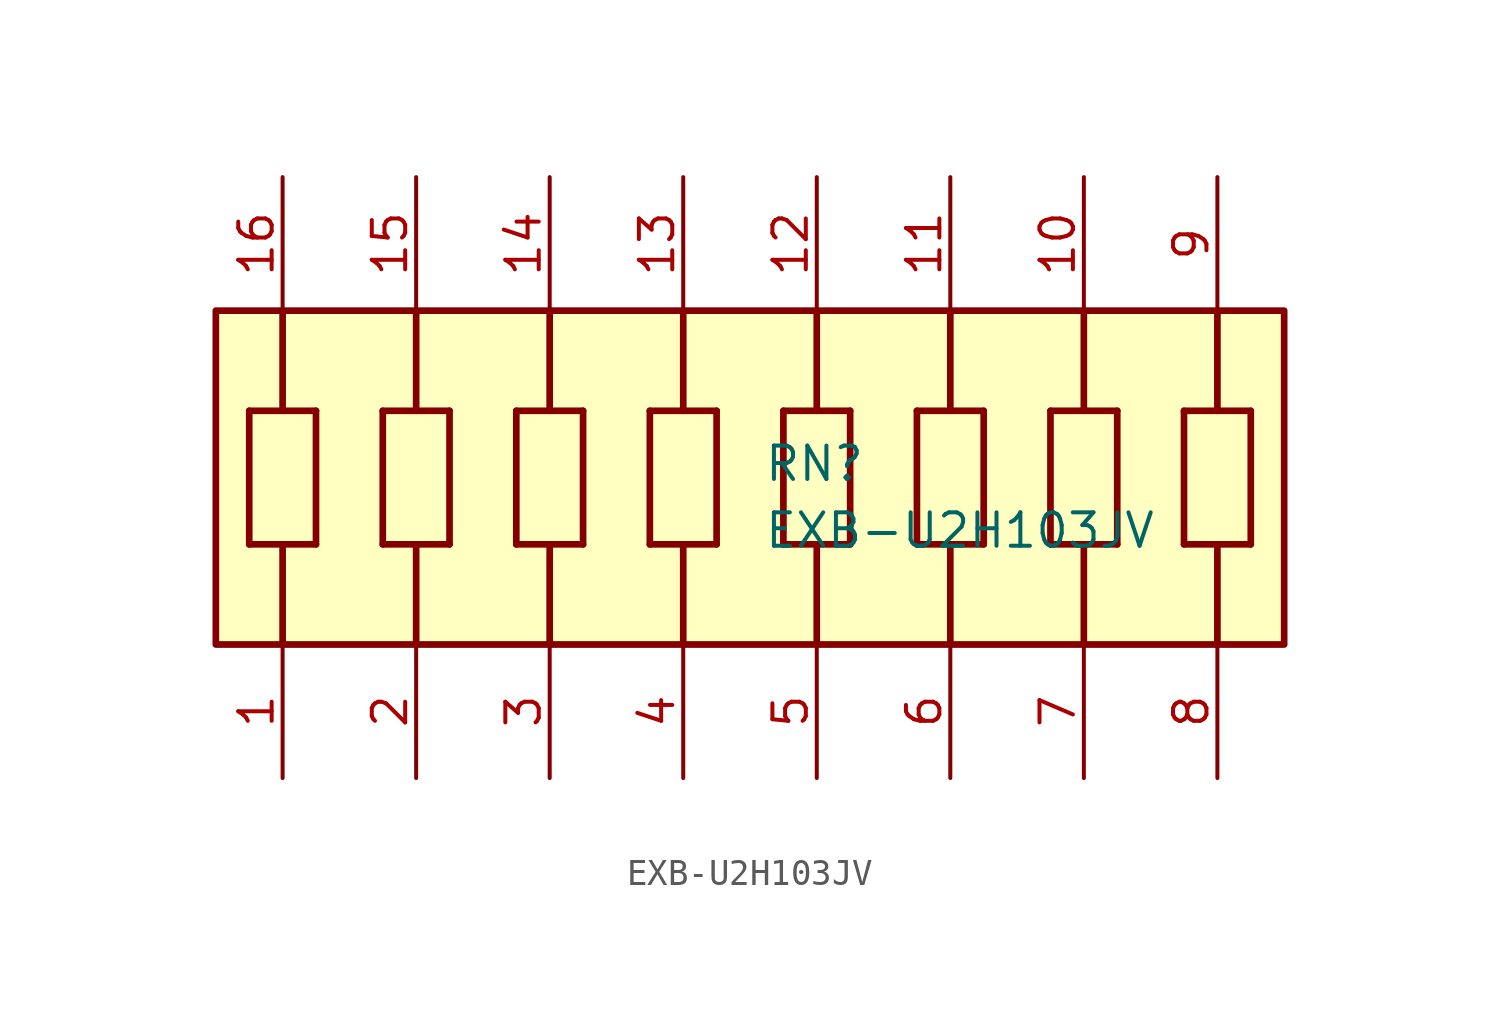
<source format=kicad_sym>
(kicad_symbol_lib
  (version 20211014)
  (generator SamacSys_ECAD_Model)
  (symbol "EXB-U2H103JV"
    (pin_names hide)
    (property "Reference" "RN"
      (at 25.908 -2.54 0)
      (effects (font (size 1.27 1.27)) (justify left top)))
    (property "Value" "EXB-U2H103JV"
      (at 25.908 -5.08 0)
      (effects (font (size 1.27 1.27)) (justify left top)))
    (rectangle
      (start 5.08 2.54)
      (end 45.72 -10.16)
      (stroke (width 0.254) (type default))
      (fill (type background)))
    (polyline
      (pts (xy 6.35 -1.27) (xy 6.35 -6.35))
      (stroke (width 0.254) (type default))
      (fill (type none)))
    (polyline
      (pts (xy 8.89 -6.35) (xy 6.35 -6.35))
      (stroke (width 0.254) (type default))
      (fill (type none)))
    (polyline
      (pts (xy 8.89 -6.35) (xy 8.89 -1.27))
      (stroke (width 0.254) (type default))
      (fill (type none)))
    (polyline
      (pts (xy 6.35 -1.27) (xy 8.89 -1.27))
      (stroke (width 0.254) (type default))
      (fill (type none)))
    (polyline
      (pts (xy 11.43 -1.27) (xy 11.43 -6.35))
      (stroke (width 0.254) (type default))
      (fill (type none)))
    (polyline
      (pts (xy 13.97 -6.35) (xy 11.43 -6.35))
      (stroke (width 0.254) (type default))
      (fill (type none)))
    (polyline
      (pts (xy 13.97 -6.35) (xy 13.97 -1.27))
      (stroke (width 0.254) (type default))
      (fill (type none)))
    (polyline
      (pts (xy 11.43 -1.27) (xy 13.97 -1.27))
      (stroke (width 0.254) (type default))
      (fill (type none)))
    (polyline
      (pts (xy 7.62 -1.27) (xy 7.62 2.54))
      (stroke (width 0.254) (type default))
      (fill (type none)))
    (polyline
      (pts (xy 7.62 -6.35) (xy 7.62 -10.16))
      (stroke (width 0.254) (type default))
      (fill (type none)))
    (polyline
      (pts (xy 12.7 -6.35) (xy 12.7 -10.16))
      (stroke (width 0.254) (type default))
      (fill (type none)))
    (polyline
      (pts (xy 12.7 -1.27) (xy 12.7 2.54))
      (stroke (width 0.254) (type default))
      (fill (type none)))
    (polyline
      (pts (xy 17.78 -1.27) (xy 17.78 2.54))
      (stroke (width 0.254) (type default))
      (fill (type none)))
    (polyline
      (pts (xy 16.51 -1.27) (xy 16.51 -6.35))
      (stroke (width 0.254) (type default))
      (fill (type none)))
    (polyline
      (pts (xy 19.05 -6.35) (xy 16.51 -6.35))
      (stroke (width 0.254) (type default))
      (fill (type none)))
    (polyline
      (pts (xy 19.05 -6.35) (xy 19.05 -1.27))
      (stroke (width 0.254) (type default))
      (fill (type none)))
    (polyline
      (pts (xy 16.51 -1.27) (xy 19.05 -1.27))
      (stroke (width 0.254) (type default))
      (fill (type none)))
    (polyline
      (pts (xy 17.78 -6.35) (xy 17.78 -10.16))
      (stroke (width 0.254) (type default))
      (fill (type none)))
    (polyline
      (pts (xy 22.86 -1.27) (xy 22.86 2.54))
      (stroke (width 0.254) (type default))
      (fill (type none)))
    (polyline
      (pts (xy 21.59 -1.27) (xy 21.59 -6.35))
      (stroke (width 0.254) (type default))
      (fill (type none)))
    (polyline
      (pts (xy 24.13 -6.35) (xy 21.59 -6.35))
      (stroke (width 0.254) (type default))
      (fill (type none)))
    (polyline
      (pts (xy 24.13 -6.35) (xy 24.13 -1.27))
      (stroke (width 0.254) (type default))
      (fill (type none)))
    (polyline
      (pts (xy 21.59 -1.27) (xy 24.13 -1.27))
      (stroke (width 0.254) (type default))
      (fill (type none)))
    (polyline
      (pts (xy 22.86 -6.35) (xy 22.86 -10.16))
      (stroke (width 0.254) (type default))
      (fill (type none)))
    (polyline
      (pts (xy 43.18 -6.35) (xy 43.18 -10.16))
      (stroke (width 0.254) (type default))
      (fill (type none)))
    (polyline
      (pts (xy 41.91 -1.27) (xy 41.91 -6.35))
      (stroke (width 0.254) (type default))
      (fill (type none)))
    (polyline
      (pts (xy 44.45 -6.35) (xy 41.91 -6.35))
      (stroke (width 0.254) (type default))
      (fill (type none)))
    (polyline
      (pts (xy 44.45 -6.35) (xy 44.45 -1.27))
      (stroke (width 0.254) (type default))
      (fill (type none)))
    (polyline
      (pts (xy 41.91 -1.27) (xy 44.45 -1.27))
      (stroke (width 0.254) (type default))
      (fill (type none)))
    (polyline
      (pts (xy 43.18 -1.27) (xy 43.18 2.54))
      (stroke (width 0.254) (type default))
      (fill (type none)))
    (polyline
      (pts (xy 38.1 -6.35) (xy 38.1 -10.16))
      (stroke (width 0.254) (type default))
      (fill (type none)))
    (polyline
      (pts (xy 36.83 -1.27) (xy 36.83 -6.35))
      (stroke (width 0.254) (type default))
      (fill (type none)))
    (polyline
      (pts (xy 39.37 -6.35) (xy 36.83 -6.35))
      (stroke (width 0.254) (type default))
      (fill (type none)))
    (polyline
      (pts (xy 39.37 -6.35) (xy 39.37 -1.27))
      (stroke (width 0.254) (type default))
      (fill (type none)))
    (polyline
      (pts (xy 36.83 -1.27) (xy 39.37 -1.27))
      (stroke (width 0.254) (type default))
      (fill (type none)))
    (polyline
      (pts (xy 38.1 -1.27) (xy 38.1 2.54))
      (stroke (width 0.254) (type default))
      (fill (type none)))
    (polyline
      (pts (xy 33.02 -1.27) (xy 33.02 2.54))
      (stroke (width 0.254) (type default))
      (fill (type none)))
    (polyline
      (pts (xy 33.02 -6.35) (xy 33.02 -10.16))
      (stroke (width 0.254) (type default))
      (fill (type none)))
    (polyline
      (pts (xy 27.94 -6.35) (xy 27.94 -10.16))
      (stroke (width 0.254) (type default))
      (fill (type none)))
    (polyline
      (pts (xy 27.94 -1.27) (xy 27.94 2.54))
      (stroke (width 0.254) (type default))
      (fill (type none)))
    (polyline
      (pts (xy 31.75 -1.27) (xy 31.75 -6.35))
      (stroke (width 0.254) (type default))
      (fill (type none)))
    (polyline
      (pts (xy 34.29 -6.35) (xy 31.75 -6.35))
      (stroke (width 0.254) (type default))
      (fill (type none)))
    (polyline
      (pts (xy 34.29 -6.35) (xy 34.29 -1.27))
      (stroke (width 0.254) (type default))
      (fill (type none)))
    (polyline
      (pts (xy 31.75 -1.27) (xy 34.29 -1.27))
      (stroke (width 0.254) (type default))
      (fill (type none)))
    (polyline
      (pts (xy 26.67 -1.27) (xy 26.67 -6.35))
      (stroke (width 0.254) (type default))
      (fill (type none)))
    (polyline
      (pts (xy 29.21 -6.35) (xy 26.67 -6.35))
      (stroke (width 0.254) (type default))
      (fill (type none)))
    (polyline
      (pts (xy 29.21 -6.35) (xy 29.21 -1.27))
      (stroke (width 0.254) (type default))
      (fill (type none)))
    (polyline
      (pts (xy 26.67 -1.27) (xy 29.21 -1.27))
      (stroke (width 0.254) (type default))
      (fill (type none)))
    (pin passive line
      (at 7.62 -15.24 90)
      (length 5.08)
      (name "1" (effects (font (size 1.27 1.27))))
      (number "1" (effects (font (size 1.27 1.27)))))
    (pin passive line
      (at 12.7 -15.24 90)
      (length 5.08)
      (name "2" (effects (font (size 1.27 1.27))))
      (number "2" (effects (font (size 1.27 1.27)))))
    (pin passive line
      (at 17.78 -15.24 90)
      (length 5.08)
      (name "3" (effects (font (size 1.27 1.27))))
      (number "3" (effects (font (size 1.27 1.27)))))
    (pin passive line
      (at 22.86 -15.24 90)
      (length 5.08)
      (name "4" (effects (font (size 1.27 1.27))))
      (number "4" (effects (font (size 1.27 1.27)))))
    (pin passive line
      (at 27.94 -15.24 90)
      (length 5.08)
      (name "5" (effects (font (size 1.27 1.27))))
      (number "5" (effects (font (size 1.27 1.27)))))
    (pin passive line
      (at 33.02 -15.24 90)
      (length 5.08)
      (name "6" (effects (font (size 1.27 1.27))))
      (number "6" (effects (font (size 1.27 1.27)))))
    (pin passive line
      (at 38.1 -15.24 90)
      (length 5.08)
      (name "7" (effects (font (size 1.27 1.27))))
      (number "7" (effects (font (size 1.27 1.27)))))
    (pin passive line
      (at 43.18 -15.24 90)
      (length 5.08)
      (name "8" (effects (font (size 1.27 1.27))))
      (number "8" (effects (font (size 1.27 1.27)))))
    (pin passive line
      (at 43.18 7.62 270)
      (length 5.08)
      (name "9" (effects (font (size 1.27 1.27))))
      (number "9" (effects (font (size 1.27 1.27)))))
    (pin passive line
      (at 38.1 7.62 270)
      (length 5.08)
      (name "10" (effects (font (size 1.27 1.27))))
      (number "10" (effects (font (size 1.27 1.27)))))
    (pin passive line
      (at 33.02 7.62 270)
      (length 5.08)
      (name "11" (effects (font (size 1.27 1.27))))
      (number "11" (effects (font (size 1.27 1.27)))))
    (pin passive line
      (at 27.94 7.62 270)
      (length 5.08)
      (name "12" (effects (font (size 1.27 1.27))))
      (number "12" (effects (font (size 1.27 1.27)))))
    (pin passive line
      (at 22.86 7.62 270)
      (length 5.08)
      (name "13" (effects (font (size 1.27 1.27))))
      (number "13" (effects (font (size 1.27 1.27)))))
    (pin passive line
      (at 17.78 7.62 270)
      (length 5.08)
      (name "14" (effects (font (size 1.27 1.27))))
      (number "14" (effects (font (size 1.27 1.27)))))
    (pin passive line
      (at 12.7 7.62 270)
      (length 5.08)
      (name "15" (effects (font (size 1.27 1.27))))
      (number "15" (effects (font (size 1.27 1.27)))))
    (pin passive line
      (at 7.62 7.62 270)
      (length 5.08)
      (name "16" (effects (font (size 1.27 1.27))))
      (number "16" (effects (font (size 1.27 1.27)))))))
</source>
